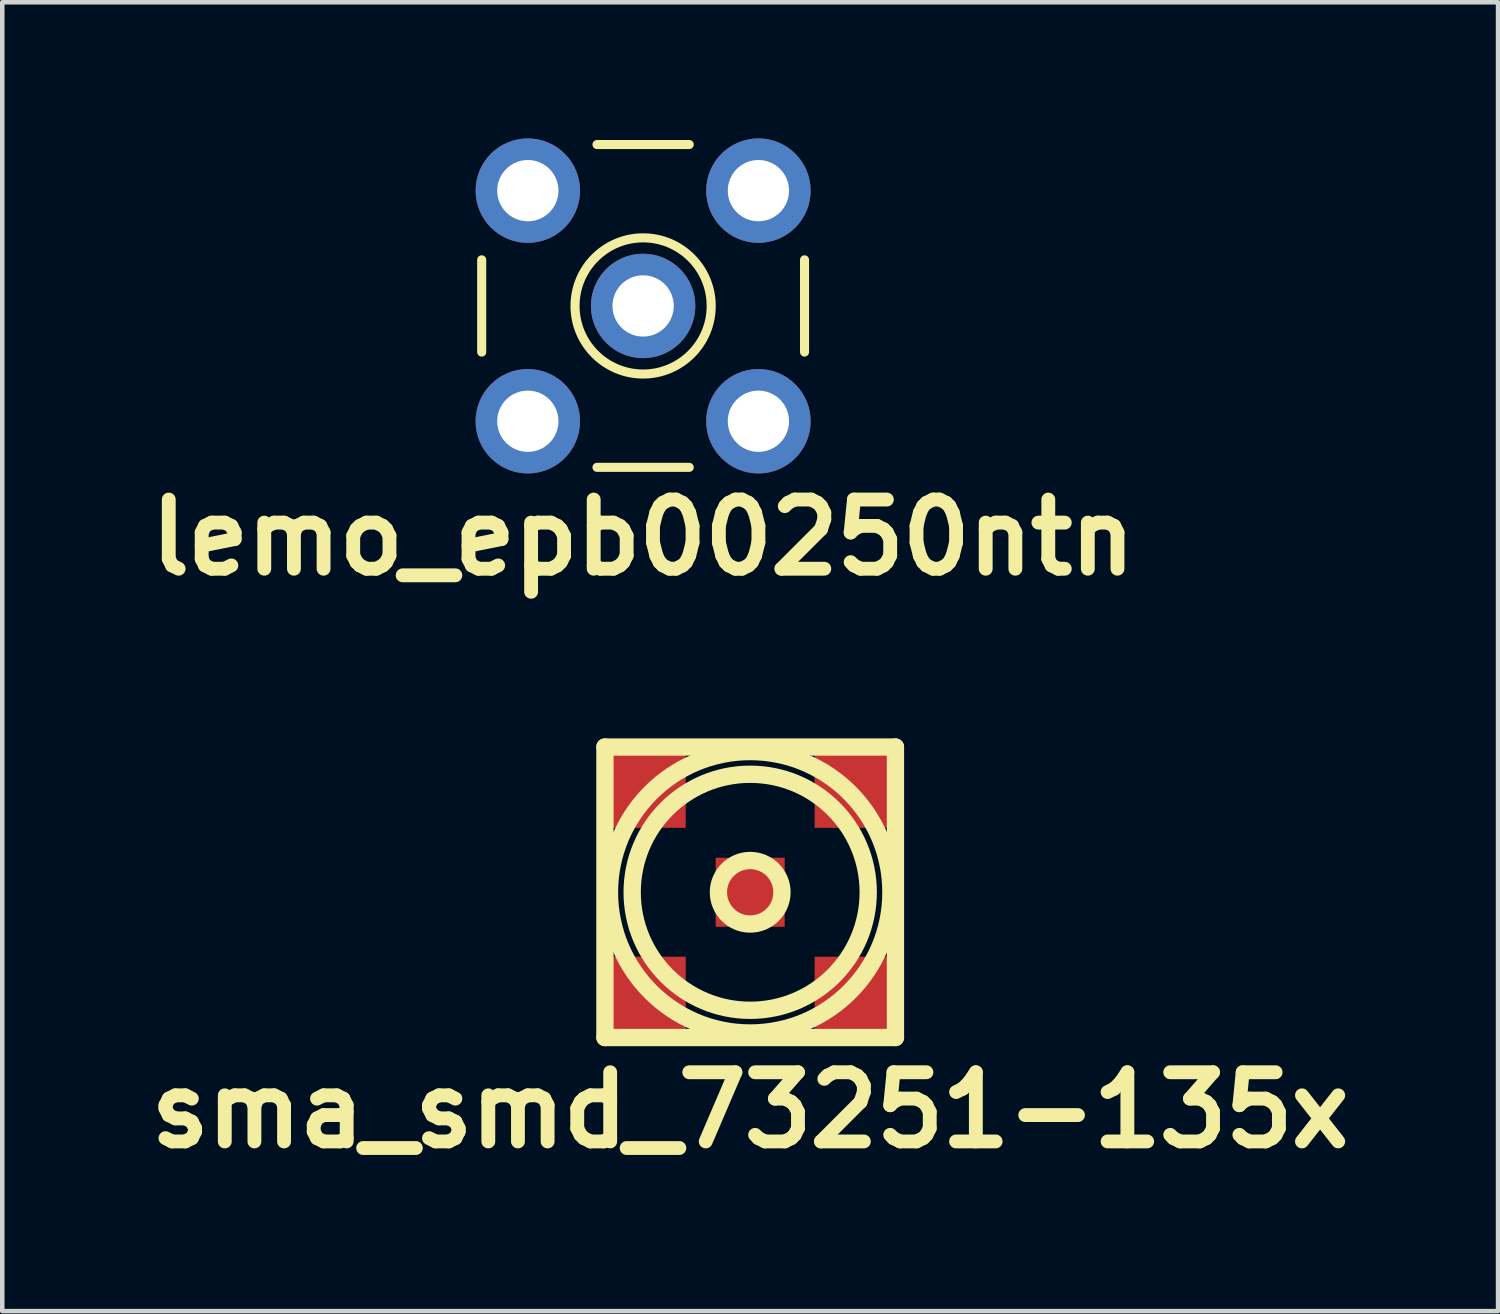
<source format=kicad_pcb>
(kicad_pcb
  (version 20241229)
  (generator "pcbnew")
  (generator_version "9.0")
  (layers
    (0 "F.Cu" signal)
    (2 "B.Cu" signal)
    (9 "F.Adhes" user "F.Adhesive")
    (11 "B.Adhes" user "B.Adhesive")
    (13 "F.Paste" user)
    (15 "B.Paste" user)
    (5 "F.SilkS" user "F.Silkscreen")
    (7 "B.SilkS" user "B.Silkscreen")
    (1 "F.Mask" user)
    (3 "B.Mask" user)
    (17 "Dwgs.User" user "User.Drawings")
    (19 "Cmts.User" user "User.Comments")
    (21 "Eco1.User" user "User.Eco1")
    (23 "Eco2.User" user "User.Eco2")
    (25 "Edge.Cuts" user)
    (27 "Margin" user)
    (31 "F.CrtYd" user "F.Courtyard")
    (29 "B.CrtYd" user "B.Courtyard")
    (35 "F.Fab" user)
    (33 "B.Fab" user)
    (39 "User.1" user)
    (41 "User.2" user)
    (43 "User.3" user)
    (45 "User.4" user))
  (footprint "lemo_epb00250ntn"
    (layer "F.Cu")
    (at 11.118 3.69)
    (property "Reference" "lemo_epb00250ntn" (at 0 5.1 0) (layer "F.SilkS") (effects (font (size 1.524 1.524) (thickness 0.305))))
    (attr through_hole)
    (fp_line (start -3.556 -1.016) (end -3.556 1.016) (stroke (width 0.2) (type solid)) (layer "F.SilkS"))
    (fp_line (start 1.016 -3.556) (end -1.016 -3.556) (stroke (width 0.2) (type solid)) (layer "F.SilkS"))
    (fp_line (start 1.016 3.556) (end -1.016 3.556) (stroke (width 0.2) (type solid)) (layer "F.SilkS"))
    (fp_line (start 3.556 -1.016) (end 3.556 1.016) (stroke (width 0.2) (type solid)) (layer "F.SilkS"))
    (fp_circle (center 0 0) (end 1.5 0) (stroke (width 0.2) (type solid)) (fill no) (layer "F.SilkS"))
    (pad "1" thru_hole circle (at 0 0) (size 2.3 2.3) (drill 1.35) (layers "*.Cu" "*.Mask"))
    (pad "2" thru_hole circle (at -2.54 -2.54) (size 2.3 2.3) (drill 1.35) (layers "*.Cu" "*.Mask"))
    (pad "2" thru_hole circle (at -2.54 2.54) (size 2.3 2.3) (drill 1.35) (layers "*.Cu" "*.Mask"))
    (pad "2" thru_hole circle (at 2.54 -2.54) (size 2.3 2.3) (drill 1.35) (layers "*.Cu" "*.Mask"))
    (pad "2" thru_hole circle (at 2.54 2.54) (size 2.3 2.3) (drill 1.35) (layers "*.Cu" "*.Mask")))
  (footprint "sma_smd_73251-135x"
    (layer "F.Cu")
    (at 13.477 16.607)
    (property "Reference" "sma_smd_73251-135x" (at 0 4.8 0) (layer "F.SilkS") (effects (font (size 1.524 1.524) (thickness 0.305))))
    (attr smd)
    (fp_line (start -3.2 -3.2) (end -3.2 3.2) (stroke (width 0.381) (type solid)) (layer "F.SilkS"))
    (fp_line (start -3.2 -3.2) (end 3.2 -3.2) (stroke (width 0.381) (type solid)) (layer "F.SilkS"))
    (fp_line (start 3.2 -3.2) (end 3.2 3.2) (stroke (width 0.381) (type solid)) (layer "F.SilkS"))
    (fp_line (start 3.2 3.2) (end -3.2 3.2) (stroke (width 0.381) (type solid)) (layer "F.SilkS"))
    (fp_circle (center 0 0) (end -3.1 0) (stroke (width 0.381) (type solid)) (fill no) (layer "F.SilkS"))
    (fp_circle (center 0 0) (end -2.6 0) (stroke (width 0.381) (type solid)) (fill no) (layer "F.SilkS"))
    (fp_circle (center 0 0) (end -0.7 0) (stroke (width 0.381) (type solid)) (fill no) (layer "F.SilkS"))
    (pad "1" smd rect (at 0 0) (size 1.52 1.52) (layers "F.Cu" "F.Mask" "F.Paste"))
    (pad "2" smd rect (at -2.375 -2.375) (size 1.91 1.91) (layers "F.Cu" "F.Mask" "F.Paste"))
    (pad "2" smd rect (at -2.375 2.375) (size 1.91 1.91) (layers "F.Cu" "F.Mask" "F.Paste"))
    (pad "2" smd rect (at 2.375 -2.375) (size 1.91 1.91) (layers "F.Cu" "F.Mask" "F.Paste"))
    (pad "2" smd rect (at 2.375 2.375) (size 1.91 1.91) (layers "F.Cu" "F.Mask" "F.Paste")))
  (gr_rect
    (start -3 -3)
    (end 29.953 25.834)
    (stroke (width 0.1) (type default))
    (fill no)
    (layer "Edge.Cuts")))
</source>
